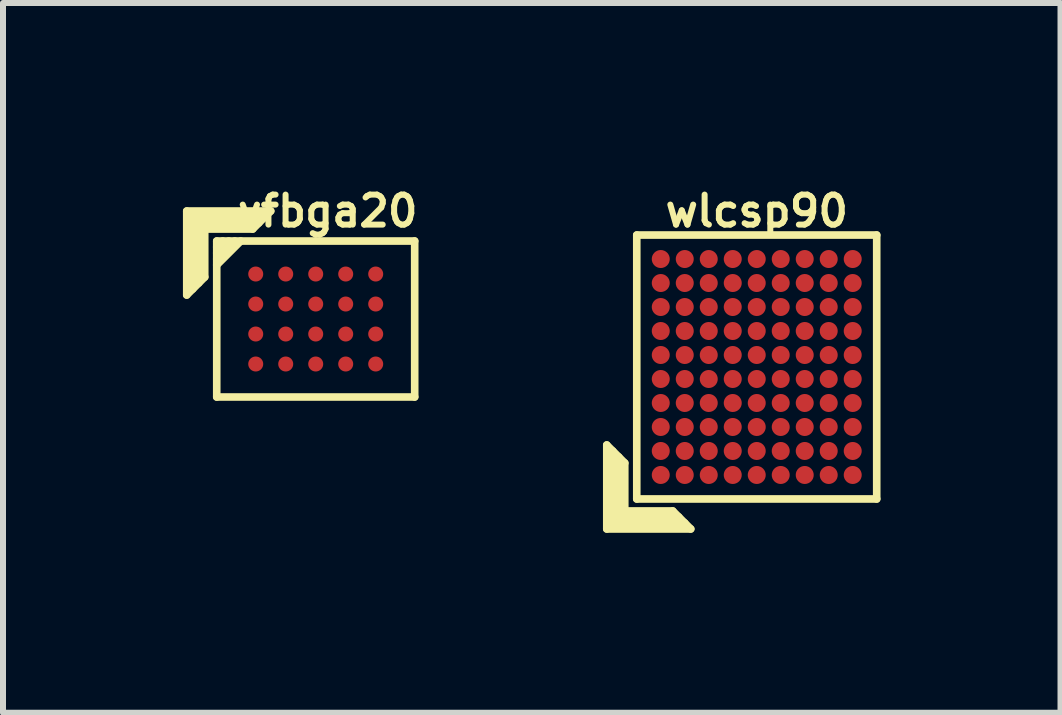
<source format=kicad_pcb>
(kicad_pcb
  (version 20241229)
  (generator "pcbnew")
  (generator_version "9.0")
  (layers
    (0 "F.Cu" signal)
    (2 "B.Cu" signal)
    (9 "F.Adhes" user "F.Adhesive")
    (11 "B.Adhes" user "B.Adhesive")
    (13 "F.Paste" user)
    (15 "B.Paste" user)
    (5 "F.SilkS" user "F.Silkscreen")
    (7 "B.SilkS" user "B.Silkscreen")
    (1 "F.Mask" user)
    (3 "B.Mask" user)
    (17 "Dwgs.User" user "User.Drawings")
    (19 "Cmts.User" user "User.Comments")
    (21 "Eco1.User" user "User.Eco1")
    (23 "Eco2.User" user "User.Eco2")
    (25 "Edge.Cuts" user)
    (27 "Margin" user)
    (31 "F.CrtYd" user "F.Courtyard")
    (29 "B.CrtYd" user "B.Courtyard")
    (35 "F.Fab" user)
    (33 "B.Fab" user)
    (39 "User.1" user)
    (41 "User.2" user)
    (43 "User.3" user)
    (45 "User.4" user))
  (footprint "wlcsp90"
    (layer "F.Cu")
    (at 9.565 3.068)
    (property "Reference" "wlcsp90" (at 0 -2.6 0) (layer "F.SilkS") (effects (font (size 0.5 0.5) (thickness 0.1))))
    (attr smd)
    (fp_line (start -2.5 1.3) (end -2.2 1.6) (stroke (width 0.127) (type solid)) (layer "F.SilkS"))
    (fp_line (start -2.5 2.7) (end -2.5 1.3) (stroke (width 0.127) (type solid)) (layer "F.SilkS"))
    (fp_line (start -2.4 2.6) (end -2.4 1.4) (stroke (width 0.127) (type solid)) (layer "F.SilkS"))
    (fp_line (start -2.3 1.5) (end -2.3 2.5) (stroke (width 0.127) (type solid)) (layer "F.SilkS"))
    (fp_line (start -2.3 2.5) (end -1.3 2.5) (stroke (width 0.127) (type solid)) (layer "F.SilkS"))
    (fp_line (start -2.2 1.6) (end -2.2 2.4) (stroke (width 0.127) (type solid)) (layer "F.SilkS"))
    (fp_line (start -2.2 2.4) (end -1.4 2.4) (stroke (width 0.127) (type solid)) (layer "F.SilkS"))
    (fp_line (start -2 -2.2) (end 2 -2.2) (stroke (width 0.127) (type solid)) (layer "F.SilkS"))
    (fp_line (start -2 2.2) (end -2 -2.2) (stroke (width 0.127) (type solid)) (layer "F.SilkS"))
    (fp_line (start -1.4 2.4) (end -1.1 2.7) (stroke (width 0.127) (type solid)) (layer "F.SilkS"))
    (fp_line (start -1.2 2.6) (end -2.4 2.6) (stroke (width 0.127) (type solid)) (layer "F.SilkS"))
    (fp_line (start -1.1 2.7) (end -2.5 2.7) (stroke (width 0.127) (type solid)) (layer "F.SilkS"))
    (fp_line (start 2 -2.2) (end 2 2.2) (stroke (width 0.127) (type solid)) (layer "F.SilkS"))
    (fp_line (start 2 2.2) (end -2 2.2) (stroke (width 0.127) (type solid)) (layer "F.SilkS"))
    (pad "A1" smd circle (at -1.6 1.8) (size 0.3 0.3) (layers "F.Cu" "F.Mask" "F.Paste"))
    (pad "A2" smd circle (at -1.6 1.4) (size 0.3 0.3) (layers "F.Cu" "F.Mask" "F.Paste"))
    (pad "A3" smd circle (at -1.6 1) (size 0.3 0.3) (layers "F.Cu" "F.Mask" "F.Paste"))
    (pad "A4" smd circle (at -1.6 0.6) (size 0.3 0.3) (layers "F.Cu" "F.Mask" "F.Paste"))
    (pad "A5" smd circle (at -1.6 0.2) (size 0.3 0.3) (layers "F.Cu" "F.Mask" "F.Paste"))
    (pad "A6" smd circle (at -1.6 -0.2) (size 0.3 0.3) (layers "F.Cu" "F.Mask" "F.Paste"))
    (pad "A7" smd circle (at -1.6 -0.6) (size 0.3 0.3) (layers "F.Cu" "F.Mask" "F.Paste"))
    (pad "A8" smd circle (at -1.6 -1) (size 0.3 0.3) (layers "F.Cu" "F.Mask" "F.Paste"))
    (pad "A9" smd circle (at -1.6 -1.4) (size 0.3 0.3) (layers "F.Cu" "F.Mask" "F.Paste"))
    (pad "A10" smd circle (at -1.6 -1.8) (size 0.3 0.3) (layers "F.Cu" "F.Mask" "F.Paste"))
    (pad "B1" smd circle (at -1.2 1.8) (size 0.3 0.3) (layers "F.Cu" "F.Mask" "F.Paste"))
    (pad "B2" smd circle (at -1.2 1.4) (size 0.3 0.3) (layers "F.Cu" "F.Mask" "F.Paste"))
    (pad "B3" smd circle (at -1.2 1) (size 0.3 0.3) (layers "F.Cu" "F.Mask" "F.Paste"))
    (pad "B4" smd circle (at -1.2 0.6) (size 0.3 0.3) (layers "F.Cu" "F.Mask" "F.Paste"))
    (pad "B5" smd circle (at -1.2 0.2) (size 0.3 0.3) (layers "F.Cu" "F.Mask" "F.Paste"))
    (pad "B6" smd circle (at -1.2 -0.2) (size 0.3 0.3) (layers "F.Cu" "F.Mask" "F.Paste"))
    (pad "B7" smd circle (at -1.2 -0.6) (size 0.3 0.3) (layers "F.Cu" "F.Mask" "F.Paste"))
    (pad "B8" smd circle (at -1.2 -1) (size 0.3 0.3) (layers "F.Cu" "F.Mask" "F.Paste"))
    (pad "B9" smd circle (at -1.2 -1.4) (size 0.3 0.3) (layers "F.Cu" "F.Mask" "F.Paste"))
    (pad "B10" smd circle (at -1.2 -1.8) (size 0.3 0.3) (layers "F.Cu" "F.Mask" "F.Paste"))
    (pad "C1" smd circle (at -0.8 1.8) (size 0.3 0.3) (layers "F.Cu" "F.Mask" "F.Paste"))
    (pad "C2" smd circle (at -0.8 1.4) (size 0.3 0.3) (layers "F.Cu" "F.Mask" "F.Paste"))
    (pad "C3" smd circle (at -0.8 1) (size 0.3 0.3) (layers "F.Cu" "F.Mask" "F.Paste"))
    (pad "C4" smd circle (at -0.8 0.6) (size 0.3 0.3) (layers "F.Cu" "F.Mask" "F.Paste"))
    (pad "C5" smd circle (at -0.8 0.2) (size 0.3 0.3) (layers "F.Cu" "F.Mask" "F.Paste"))
    (pad "C6" smd circle (at -0.8 -0.2) (size 0.3 0.3) (layers "F.Cu" "F.Mask" "F.Paste"))
    (pad "C7" smd circle (at -0.8 -0.6) (size 0.3 0.3) (layers "F.Cu" "F.Mask" "F.Paste"))
    (pad "C8" smd circle (at -0.8 -1) (size 0.3 0.3) (layers "F.Cu" "F.Mask" "F.Paste"))
    (pad "C9" smd circle (at -0.8 -1.4) (size 0.3 0.3) (layers "F.Cu" "F.Mask" "F.Paste"))
    (pad "C10" smd circle (at -0.8 -1.8) (size 0.3 0.3) (layers "F.Cu" "F.Mask" "F.Paste"))
    (pad "D1" smd circle (at -0.4 1.8) (size 0.3 0.3) (layers "F.Cu" "F.Mask" "F.Paste"))
    (pad "D2" smd circle (at -0.4 1.4) (size 0.3 0.3) (layers "F.Cu" "F.Mask" "F.Paste"))
    (pad "D3" smd circle (at -0.4 1) (size 0.3 0.3) (layers "F.Cu" "F.Mask" "F.Paste"))
    (pad "D4" smd circle (at -0.4 0.6) (size 0.3 0.3) (layers "F.Cu" "F.Mask" "F.Paste"))
    (pad "D5" smd circle (at -0.4 0.2) (size 0.3 0.3) (layers "F.Cu" "F.Mask" "F.Paste"))
    (pad "D6" smd circle (at -0.4 -0.2) (size 0.3 0.3) (layers "F.Cu" "F.Mask" "F.Paste"))
    (pad "D7" smd circle (at -0.4 -0.6) (size 0.3 0.3) (layers "F.Cu" "F.Mask" "F.Paste"))
    (pad "D8" smd circle (at -0.4 -1) (size 0.3 0.3) (layers "F.Cu" "F.Mask" "F.Paste"))
    (pad "D9" smd circle (at -0.4 -1.4) (size 0.3 0.3) (layers "F.Cu" "F.Mask" "F.Paste"))
    (pad "D10" smd circle (at -0.4 -1.8) (size 0.3 0.3) (layers "F.Cu" "F.Mask" "F.Paste"))
    (pad "E1" smd circle (at 0 1.8) (size 0.3 0.3) (layers "F.Cu" "F.Mask" "F.Paste"))
    (pad "E2" smd circle (at 0 1.4) (size 0.3 0.3) (layers "F.Cu" "F.Mask" "F.Paste"))
    (pad "E3" smd circle (at 0 1) (size 0.3 0.3) (layers "F.Cu" "F.Mask" "F.Paste"))
    (pad "E4" smd circle (at 0 0.6) (size 0.3 0.3) (layers "F.Cu" "F.Mask" "F.Paste"))
    (pad "E5" smd circle (at 0 0.2) (size 0.3 0.3) (layers "F.Cu" "F.Mask" "F.Paste"))
    (pad "E6" smd circle (at 0 -0.2) (size 0.3 0.3) (layers "F.Cu" "F.Mask" "F.Paste"))
    (pad "E7" smd circle (at 0 -0.6) (size 0.3 0.3) (layers "F.Cu" "F.Mask" "F.Paste"))
    (pad "E8" smd circle (at 0 -1) (size 0.3 0.3) (layers "F.Cu" "F.Mask" "F.Paste"))
    (pad "E9" smd circle (at 0 -1.4) (size 0.3 0.3) (layers "F.Cu" "F.Mask" "F.Paste"))
    (pad "E10" smd circle (at 0 -1.8) (size 0.3 0.3) (layers "F.Cu" "F.Mask" "F.Paste"))
    (pad "F1" smd circle (at 0.4 1.8) (size 0.3 0.3) (layers "F.Cu" "F.Mask" "F.Paste"))
    (pad "F2" smd circle (at 0.4 1.4) (size 0.3 0.3) (layers "F.Cu" "F.Mask" "F.Paste"))
    (pad "F3" smd circle (at 0.4 1) (size 0.3 0.3) (layers "F.Cu" "F.Mask" "F.Paste"))
    (pad "F4" smd circle (at 0.4 0.6) (size 0.3 0.3) (layers "F.Cu" "F.Mask" "F.Paste"))
    (pad "F5" smd circle (at 0.4 0.2) (size 0.3 0.3) (layers "F.Cu" "F.Mask" "F.Paste"))
    (pad "F6" smd circle (at 0.4 -0.2) (size 0.3 0.3) (layers "F.Cu" "F.Mask" "F.Paste"))
    (pad "F7" smd circle (at 0.4 -0.6) (size 0.3 0.3) (layers "F.Cu" "F.Mask" "F.Paste"))
    (pad "F8" smd circle (at 0.4 -1) (size 0.3 0.3) (layers "F.Cu" "F.Mask" "F.Paste"))
    (pad "F9" smd circle (at 0.4 -1.4) (size 0.3 0.3) (layers "F.Cu" "F.Mask" "F.Paste"))
    (pad "F10" smd circle (at 0.4 -1.8) (size 0.3 0.3) (layers "F.Cu" "F.Mask" "F.Paste"))
    (pad "G1" smd circle (at 0.8 1.8) (size 0.3 0.3) (layers "F.Cu" "F.Mask" "F.Paste"))
    (pad "G2" smd circle (at 0.8 1.4) (size 0.3 0.3) (layers "F.Cu" "F.Mask" "F.Paste"))
    (pad "G3" smd circle (at 0.8 1) (size 0.3 0.3) (layers "F.Cu" "F.Mask" "F.Paste"))
    (pad "G4" smd circle (at 0.8 0.6) (size 0.3 0.3) (layers "F.Cu" "F.Mask" "F.Paste"))
    (pad "G5" smd circle (at 0.8 0.2) (size 0.3 0.3) (layers "F.Cu" "F.Mask" "F.Paste"))
    (pad "G6" smd circle (at 0.8 -0.2) (size 0.3 0.3) (layers "F.Cu" "F.Mask" "F.Paste"))
    (pad "G7" smd circle (at 0.8 -0.6) (size 0.3 0.3) (layers "F.Cu" "F.Mask" "F.Paste"))
    (pad "G8" smd circle (at 0.8 -1) (size 0.3 0.3) (layers "F.Cu" "F.Mask" "F.Paste"))
    (pad "G9" smd circle (at 0.8 -1.4) (size 0.3 0.3) (layers "F.Cu" "F.Mask" "F.Paste"))
    (pad "G10" smd circle (at 0.8 -1.8) (size 0.3 0.3) (layers "F.Cu" "F.Mask" "F.Paste"))
    (pad "H1" smd circle (at 1.2 1.8) (size 0.3 0.3) (layers "F.Cu" "F.Mask" "F.Paste"))
    (pad "H2" smd circle (at 1.2 1.4) (size 0.3 0.3) (layers "F.Cu" "F.Mask" "F.Paste"))
    (pad "H3" smd circle (at 1.2 1) (size 0.3 0.3) (layers "F.Cu" "F.Mask" "F.Paste"))
    (pad "H4" smd circle (at 1.2 0.6) (size 0.3 0.3) (layers "F.Cu" "F.Mask" "F.Paste"))
    (pad "H5" smd circle (at 1.2 0.2) (size 0.3 0.3) (layers "F.Cu" "F.Mask" "F.Paste"))
    (pad "H6" smd circle (at 1.2 -0.2) (size 0.3 0.3) (layers "F.Cu" "F.Mask" "F.Paste"))
    (pad "H7" smd circle (at 1.2 -0.6) (size 0.3 0.3) (layers "F.Cu" "F.Mask" "F.Paste"))
    (pad "H8" smd circle (at 1.2 -1) (size 0.3 0.3) (layers "F.Cu" "F.Mask" "F.Paste"))
    (pad "H9" smd circle (at 1.2 -1.4) (size 0.3 0.3) (layers "F.Cu" "F.Mask" "F.Paste"))
    (pad "H10" smd circle (at 1.2 -1.8) (size 0.3 0.3) (layers "F.Cu" "F.Mask" "F.Paste"))
    (pad "J1" smd circle (at 1.6 1.8) (size 0.3 0.3) (layers "F.Cu" "F.Mask" "F.Paste"))
    (pad "J2" smd circle (at 1.6 1.4) (size 0.3 0.3) (layers "F.Cu" "F.Mask" "F.Paste"))
    (pad "J3" smd circle (at 1.6 1) (size 0.3 0.3) (layers "F.Cu" "F.Mask" "F.Paste"))
    (pad "J4" smd circle (at 1.6 0.6) (size 0.3 0.3) (layers "F.Cu" "F.Mask" "F.Paste"))
    (pad "J5" smd circle (at 1.6 0.2) (size 0.3 0.3) (layers "F.Cu" "F.Mask" "F.Paste"))
    (pad "J6" smd circle (at 1.6 -0.2) (size 0.3 0.3) (layers "F.Cu" "F.Mask" "F.Paste"))
    (pad "J7" smd circle (at 1.6 -0.6) (size 0.3 0.3) (layers "F.Cu" "F.Mask" "F.Paste"))
    (pad "J8" smd circle (at 1.6 -1) (size 0.3 0.3) (layers "F.Cu" "F.Mask" "F.Paste"))
    (pad "J9" smd circle (at 1.6 -1.4) (size 0.3 0.3) (layers "F.Cu" "F.Mask" "F.Paste"))
    (pad "J10" smd circle (at 1.6 -1.8) (size 0.3 0.3) (layers "F.Cu" "F.Mask" "F.Paste")))
  (footprint "vfbga20"
    (layer "F.Cu")
    (at 2.213 2.268)
    (property "Reference" "vfbga20" (at 0.2 -1.8 180) (layer "F.SilkS") (effects (font (size 0.5 0.5) (thickness 0.1))))
    (attr smd)
    (fp_line (start -2.15 -1.8) (end -0.75 -1.8) (stroke (width 0.127) (type solid)) (layer "F.SilkS"))
    (fp_line (start -2.15 -0.4) (end -2.15 -1.8) (stroke (width 0.127) (type solid)) (layer "F.SilkS"))
    (fp_line (start -2.05 -1.7) (end -2.05 -0.5) (stroke (width 0.127) (type solid)) (layer "F.SilkS"))
    (fp_line (start -1.95 -1.6) (end -0.95 -1.6) (stroke (width 0.127) (type solid)) (layer "F.SilkS"))
    (fp_line (start -1.95 -0.6) (end -1.95 -1.6) (stroke (width 0.127) (type solid)) (layer "F.SilkS"))
    (fp_line (start -1.85 -1.5) (end -1.05 -1.5) (stroke (width 0.127) (type solid)) (layer "F.SilkS"))
    (fp_line (start -1.85 -0.7) (end -2.15 -0.4) (stroke (width 0.127) (type solid)) (layer "F.SilkS"))
    (fp_line (start -1.85 -0.7) (end -1.85 -1.5) (stroke (width 0.127) (type solid)) (layer "F.SilkS"))
    (fp_line (start -1.65 -1.3) (end 1.65 -1.3) (stroke (width 0.127) (type solid)) (layer "F.SilkS"))
    (fp_line (start -1.65 -1.2) (end -1.55 -1.3) (stroke (width 0.127) (type solid)) (layer "F.SilkS"))
    (fp_line (start -1.65 -0.9) (end -1.25 -1.3) (stroke (width 0.127) (type solid)) (layer "F.SilkS"))
    (fp_line (start -1.65 1.3) (end -1.65 -1.3) (stroke (width 0.127) (type solid)) (layer "F.SilkS"))
    (fp_line (start -1.45 -1.3) (end -1.65 -1.1) (stroke (width 0.127) (type solid)) (layer "F.SilkS"))
    (fp_line (start -1.35 -1.3) (end -1.65 -1) (stroke (width 0.127) (type solid)) (layer "F.SilkS"))
    (fp_line (start -0.85 -1.7) (end -2.05 -1.7) (stroke (width 0.127) (type solid)) (layer "F.SilkS"))
    (fp_line (start -0.75 -1.8) (end -1.05 -1.5) (stroke (width 0.127) (type solid)) (layer "F.SilkS"))
    (fp_line (start 1.65 -1.3) (end 1.65 1.3) (stroke (width 0.127) (type solid)) (layer "F.SilkS"))
    (fp_line (start 1.65 1.3) (end -1.65 1.3) (stroke (width 0.127) (type solid)) (layer "F.SilkS"))
    (pad "A1" smd circle (at -1 -0.75) (size 0.25 0.25) (layers "F.Cu" "F.Mask" "F.Paste"))
    (pad "A2" smd circle (at -0.5 -0.75) (size 0.25 0.25) (layers "F.Cu" "F.Mask" "F.Paste"))
    (pad "A3" smd circle (at 0 -0.75) (size 0.25 0.25) (layers "F.Cu" "F.Mask" "F.Paste"))
    (pad "A4" smd circle (at 0.5 -0.75) (size 0.25 0.25) (layers "F.Cu" "F.Mask" "F.Paste"))
    (pad "A5" smd circle (at 1 -0.75) (size 0.25 0.25) (layers "F.Cu" "F.Mask" "F.Paste"))
    (pad "B1" smd circle (at -1 -0.25) (size 0.25 0.25) (layers "F.Cu" "F.Mask" "F.Paste"))
    (pad "B2" smd circle (at -0.5 -0.25) (size 0.25 0.25) (layers "F.Cu" "F.Mask" "F.Paste"))
    (pad "B3" smd circle (at 0 -0.25) (size 0.25 0.25) (layers "F.Cu" "F.Mask" "F.Paste"))
    (pad "B4" smd circle (at 0.5 -0.25) (size 0.25 0.25) (layers "F.Cu" "F.Mask" "F.Paste"))
    (pad "B5" smd circle (at 1 -0.25) (size 0.25 0.25) (layers "F.Cu" "F.Mask" "F.Paste"))
    (pad "C1" smd circle (at -1 0.25) (size 0.25 0.25) (layers "F.Cu" "F.Mask" "F.Paste"))
    (pad "C2" smd circle (at -0.5 0.25) (size 0.25 0.25) (layers "F.Cu" "F.Mask" "F.Paste"))
    (pad "C3" smd circle (at 0 0.25) (size 0.25 0.25) (layers "F.Cu" "F.Mask" "F.Paste"))
    (pad "C4" smd circle (at 0.5 0.25) (size 0.25 0.25) (layers "F.Cu" "F.Mask" "F.Paste"))
    (pad "C5" smd circle (at 1 0.25) (size 0.25 0.25) (layers "F.Cu" "F.Mask" "F.Paste"))
    (pad "D1" smd circle (at -1 0.75) (size 0.25 0.25) (layers "F.Cu" "F.Mask" "F.Paste"))
    (pad "D2" smd circle (at -0.5 0.75) (size 0.25 0.25) (layers "F.Cu" "F.Mask" "F.Paste"))
    (pad "D3" smd circle (at 0 0.75) (size 0.25 0.25) (layers "F.Cu" "F.Mask" "F.Paste"))
    (pad "D4" smd circle (at 0.5 0.75) (size 0.25 0.25) (layers "F.Cu" "F.Mask" "F.Paste"))
    (pad "D5" smd circle (at 1 0.75) (size 0.25 0.25) (layers "F.Cu" "F.Mask" "F.Paste")))
  (gr_rect
    (start -3 -3)
    (end 14.629 8.832)
    (stroke (width 0.1) (type default))
    (fill no)
    (layer "Edge.Cuts")))
</source>
